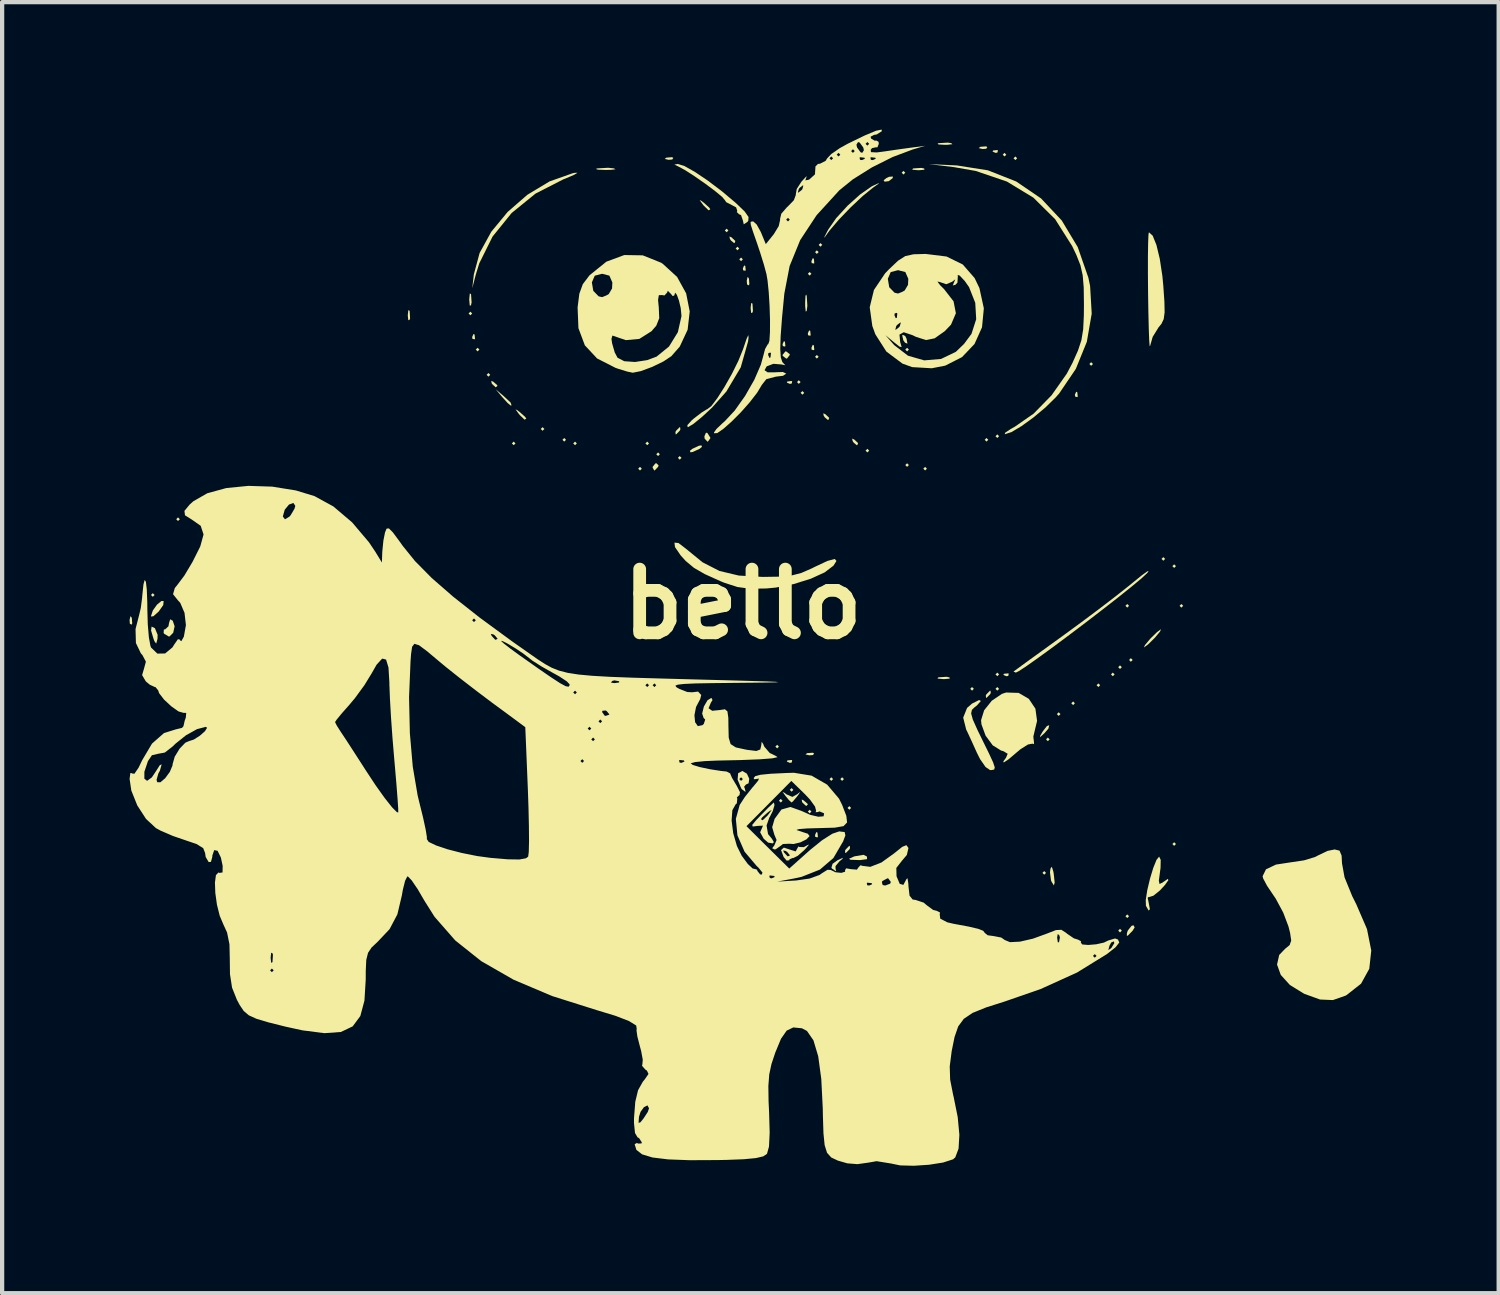
<source format=kicad_pcb>
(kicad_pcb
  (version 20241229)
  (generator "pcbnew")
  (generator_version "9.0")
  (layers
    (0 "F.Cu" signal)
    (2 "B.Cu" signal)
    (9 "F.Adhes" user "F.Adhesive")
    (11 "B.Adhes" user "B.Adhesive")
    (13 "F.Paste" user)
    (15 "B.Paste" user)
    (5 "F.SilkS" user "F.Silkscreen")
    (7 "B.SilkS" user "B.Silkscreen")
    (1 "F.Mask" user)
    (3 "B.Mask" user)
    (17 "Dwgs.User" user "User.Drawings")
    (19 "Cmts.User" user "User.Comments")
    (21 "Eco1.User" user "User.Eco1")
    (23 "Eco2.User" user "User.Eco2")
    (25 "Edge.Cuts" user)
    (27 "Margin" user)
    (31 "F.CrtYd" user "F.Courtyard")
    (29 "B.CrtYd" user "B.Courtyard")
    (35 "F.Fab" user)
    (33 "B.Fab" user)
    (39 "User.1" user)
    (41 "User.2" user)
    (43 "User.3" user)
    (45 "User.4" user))
  (footprint "bello"
    (layer "F.Cu")
    (at 14.435 11.167)
    (property "Reference" "bello" (at 0 0 0) (layer "F.SilkS") (effects (font (size 1.5 1.5) (thickness 0.3))))
    (attr board_only exclude_from_pos_files exclude_from_bom)
    (fp_poly (pts (xy -13.847 -0.212) (xy -13.889 -0.17) (xy -13.932 -0.212) (xy -13.889 -0.255)) (stroke (width 0) (type solid)) (fill yes) (layer "F.SilkS"))
    (fp_poly (pts (xy -13.252 -1.996) (xy -13.295 -1.954) (xy -13.337 -1.996) (xy -13.295 -2.039)) (stroke (width 0) (type solid)) (fill yes) (layer "F.SilkS"))
    (fp_poly (pts (xy -6.371 -6.838) (xy -6.414 -6.796) (xy -6.456 -6.838) (xy -6.414 -6.881)) (stroke (width 0) (type solid)) (fill yes) (layer "F.SilkS"))
    (fp_poly (pts (xy -6.201 -5.989) (xy -6.244 -5.946) (xy -6.286 -5.989) (xy -6.244 -6.031)) (stroke (width 0) (type solid)) (fill yes) (layer "F.SilkS"))
    (fp_poly (pts (xy -5.946 -5.394) (xy -5.989 -5.352) (xy -6.031 -5.394) (xy -5.989 -5.437)) (stroke (width 0) (type solid)) (fill yes) (layer "F.SilkS"))
    (fp_poly (pts (xy -5.352 -3.78) (xy -5.394 -3.738) (xy -5.437 -3.78) (xy -5.394 -3.823)) (stroke (width 0) (type solid)) (fill yes) (layer "F.SilkS"))
    (fp_poly (pts (xy -4.672 -4.12) (xy -4.715 -4.078) (xy -4.757 -4.12) (xy -4.715 -4.163)) (stroke (width 0) (type solid)) (fill yes) (layer "F.SilkS"))
    (fp_poly (pts (xy -4.163 -3.865) (xy -4.205 -3.823) (xy -4.247 -3.865) (xy -4.205 -3.908)) (stroke (width 0) (type solid)) (fill yes) (layer "F.SilkS"))
    (fp_poly (pts (xy -3.908 -3.78) (xy -3.95 -3.738) (xy -3.993 -3.78) (xy -3.95 -3.823)) (stroke (width 0) (type solid)) (fill yes) (layer "F.SilkS"))
    (fp_poly (pts (xy -2.379 -3.186) (xy -2.421 -3.143) (xy -2.464 -3.186) (xy -2.421 -3.228)) (stroke (width 0) (type solid)) (fill yes) (layer "F.SilkS"))
    (fp_poly (pts (xy -2.209 -3.78) (xy -2.251 -3.738) (xy -2.294 -3.78) (xy -2.251 -3.823)) (stroke (width 0) (type solid)) (fill yes) (layer "F.SilkS"))
    (fp_poly (pts (xy -1.954 -3.525) (xy -1.996 -3.483) (xy -2.039 -3.525) (xy -1.996 -3.568)) (stroke (width 0) (type solid)) (fill yes) (layer "F.SilkS"))
    (fp_poly (pts (xy -1.444 -3.44) (xy -1.487 -3.398) (xy -1.529 -3.44) (xy -1.487 -3.483)) (stroke (width 0) (type solid)) (fill yes) (layer "F.SilkS"))
    (fp_poly (pts (xy -0.34 -8.792) (xy -0.382 -8.75) (xy -0.425 -8.792) (xy -0.382 -8.835)) (stroke (width 0) (type solid)) (fill yes) (layer "F.SilkS"))
    (fp_poly (pts (xy -0.085 -8.368) (xy -0.127 -8.325) (xy -0.17 -8.368) (xy -0.127 -8.41)) (stroke (width 0) (type solid)) (fill yes) (layer "F.SilkS"))
    (fp_poly (pts (xy 0 -8.113) (xy -0.042 -8.07) (xy -0.085 -8.113) (xy -0.042 -8.155)) (stroke (width 0) (type solid)) (fill yes) (layer "F.SilkS"))
    (fp_poly (pts (xy 0.849 3.356) (xy 0.807 3.398) (xy 0.765 3.356) (xy 0.807 3.313)) (stroke (width 0) (type solid)) (fill yes) (layer "F.SilkS"))
    (fp_poly (pts (xy 0.934 4.63) (xy 0.892 4.672) (xy 0.849 4.63) (xy 0.892 4.587)) (stroke (width 0) (type solid)) (fill yes) (layer "F.SilkS"))
    (fp_poly (pts (xy 1.189 4.375) (xy 1.147 4.417) (xy 1.104 4.375) (xy 1.147 4.332)) (stroke (width 0) (type solid)) (fill yes) (layer "F.SilkS"))
    (fp_poly (pts (xy 1.359 -5.224) (xy 1.317 -5.182) (xy 1.274 -5.224) (xy 1.317 -5.267)) (stroke (width 0) (type solid)) (fill yes) (layer "F.SilkS"))
    (fp_poly (pts (xy 1.444 -4.97) (xy 1.402 -4.927) (xy 1.359 -4.97) (xy 1.402 -5.012)) (stroke (width 0) (type solid)) (fill yes) (layer "F.SilkS"))
    (fp_poly (pts (xy 1.614 -7.773) (xy 1.572 -7.73) (xy 1.529 -7.773) (xy 1.572 -7.815)) (stroke (width 0) (type solid)) (fill yes) (layer "F.SilkS"))
    (fp_poly (pts (xy 1.614 4.885) (xy 1.572 4.927) (xy 1.529 4.885) (xy 1.572 4.842)) (stroke (width 0) (type solid)) (fill yes) (layer "F.SilkS"))
    (fp_poly (pts (xy 1.784 -8.283) (xy 1.741 -8.24) (xy 1.699 -8.283) (xy 1.741 -8.325)) (stroke (width 0) (type solid)) (fill yes) (layer "F.SilkS"))
    (fp_poly (pts (xy 1.784 -5.819) (xy 1.741 -5.777) (xy 1.699 -5.819) (xy 1.741 -5.862)) (stroke (width 0) (type solid)) (fill yes) (layer "F.SilkS"))
    (fp_poly (pts (xy 1.869 -8.453) (xy 1.826 -8.41) (xy 1.784 -8.453) (xy 1.826 -8.495)) (stroke (width 0) (type solid)) (fill yes) (layer "F.SilkS"))
    (fp_poly (pts (xy 2.124 4.12) (xy 2.081 4.163) (xy 2.039 4.12) (xy 2.081 4.078)) (stroke (width 0) (type solid)) (fill yes) (layer "F.SilkS"))
    (fp_poly (pts (xy 2.379 4.12) (xy 2.336 4.163) (xy 2.294 4.12) (xy 2.336 4.078)) (stroke (width 0) (type solid)) (fill yes) (layer "F.SilkS"))
    (fp_poly (pts (xy 2.548 4.8) (xy 2.506 4.842) (xy 2.464 4.8) (xy 2.506 4.757)) (stroke (width 0) (type solid)) (fill yes) (layer "F.SilkS"))
    (fp_poly (pts (xy 2.973 -3.61) (xy 2.931 -3.568) (xy 2.888 -3.61) (xy 2.931 -3.653)) (stroke (width 0) (type solid)) (fill yes) (layer "F.SilkS"))
    (fp_poly (pts (xy 3.823 -10.152) (xy 3.78 -10.109) (xy 3.738 -10.152) (xy 3.78 -10.194)) (stroke (width 0) (type solid)) (fill yes) (layer "F.SilkS"))
    (fp_poly (pts (xy 3.908 -5.989) (xy 3.865 -5.946) (xy 3.823 -5.989) (xy 3.865 -6.031)) (stroke (width 0) (type solid)) (fill yes) (layer "F.SilkS"))
    (fp_poly (pts (xy 3.908 -3.271) (xy 3.865 -3.228) (xy 3.823 -3.271) (xy 3.865 -3.313)) (stroke (width 0) (type solid)) (fill yes) (layer "F.SilkS"))
    (fp_poly (pts (xy 4.332 -3.186) (xy 4.29 -3.143) (xy 4.247 -3.186) (xy 4.29 -3.228)) (stroke (width 0) (type solid)) (fill yes) (layer "F.SilkS"))
    (fp_poly (pts (xy 5.437 1.996) (xy 5.394 2.039) (xy 5.352 1.996) (xy 5.394 1.954)) (stroke (width 0) (type solid)) (fill yes) (layer "F.SilkS"))
    (fp_poly (pts (xy 5.777 -3.865) (xy 5.734 -3.823) (xy 5.692 -3.865) (xy 5.734 -3.908)) (stroke (width 0) (type solid)) (fill yes) (layer "F.SilkS"))
    (fp_poly (pts (xy 6.031 -3.95) (xy 5.989 -3.908) (xy 5.946 -3.95) (xy 5.989 -3.993)) (stroke (width 0) (type solid)) (fill yes) (layer "F.SilkS"))
    (fp_poly (pts (xy 6.031 1.657) (xy 5.989 1.699) (xy 5.946 1.657) (xy 5.989 1.614)) (stroke (width 0) (type solid)) (fill yes) (layer "F.SilkS"))
    (fp_poly (pts (xy 6.031 1.996) (xy 5.989 2.039) (xy 5.946 1.996) (xy 5.989 1.954)) (stroke (width 0) (type solid)) (fill yes) (layer "F.SilkS"))
    (fp_poly (pts (xy 6.201 -10.576) (xy 6.159 -10.534) (xy 6.116 -10.576) (xy 6.159 -10.619)) (stroke (width 0) (type solid)) (fill yes) (layer "F.SilkS"))
    (fp_poly (pts (xy 6.456 -10.491) (xy 6.414 -10.449) (xy 6.371 -10.491) (xy 6.414 -10.534)) (stroke (width 0) (type solid)) (fill yes) (layer "F.SilkS"))
    (fp_poly (pts (xy 7.136 6.329) (xy 7.093 6.371) (xy 7.051 6.329) (xy 7.093 6.286)) (stroke (width 0) (type solid)) (fill yes) (layer "F.SilkS"))
    (fp_poly (pts (xy 7.221 3.186) (xy 7.178 3.228) (xy 7.136 3.186) (xy 7.178 3.143)) (stroke (width 0) (type solid)) (fill yes) (layer "F.SilkS"))
    (fp_poly (pts (xy 7.476 2.591) (xy 7.433 2.633) (xy 7.391 2.591) (xy 7.433 2.548)) (stroke (width 0) (type solid)) (fill yes) (layer "F.SilkS"))
    (fp_poly (pts (xy 7.815 2.336) (xy 7.773 2.379) (xy 7.73 2.336) (xy 7.773 2.294)) (stroke (width 0) (type solid)) (fill yes) (layer "F.SilkS"))
    (fp_poly (pts (xy 8.24 -5.649) (xy 8.198 -5.607) (xy 8.155 -5.649) (xy 8.198 -5.692)) (stroke (width 0) (type solid)) (fill yes) (layer "F.SilkS"))
    (fp_poly (pts (xy 8.41 1.911) (xy 8.368 1.954) (xy 8.325 1.911) (xy 8.368 1.869)) (stroke (width 0) (type solid)) (fill yes) (layer "F.SilkS"))
    (fp_poly (pts (xy 8.75 1.657) (xy 8.707 1.699) (xy 8.665 1.657) (xy 8.707 1.614)) (stroke (width 0) (type solid)) (fill yes) (layer "F.SilkS"))
    (fp_poly (pts (xy 8.92 1.487) (xy 8.877 1.529) (xy 8.835 1.487) (xy 8.877 1.444)) (stroke (width 0) (type solid)) (fill yes) (layer "F.SilkS"))
    (fp_poly (pts (xy 8.92 7.688) (xy 8.877 7.73) (xy 8.835 7.688) (xy 8.877 7.645)) (stroke (width 0) (type solid)) (fill yes) (layer "F.SilkS"))
    (fp_poly (pts (xy 9.09 0.042) (xy 9.047 0.085) (xy 9.005 0.042) (xy 9.047 0)) (stroke (width 0) (type solid)) (fill yes) (layer "F.SilkS"))
    (fp_poly (pts (xy 9.09 7.348) (xy 9.047 7.391) (xy 9.005 7.348) (xy 9.047 7.306)) (stroke (width 0) (type solid)) (fill yes) (layer "F.SilkS"))
    (fp_poly (pts (xy 9.175 1.317) (xy 9.132 1.359) (xy 9.09 1.317) (xy 9.132 1.274)) (stroke (width 0) (type solid)) (fill yes) (layer "F.SilkS"))
    (fp_poly (pts (xy 9.939 -1.062) (xy 9.897 -1.019) (xy 9.854 -1.062) (xy 9.897 -1.104)) (stroke (width 0) (type solid)) (fill yes) (layer "F.SilkS"))
    (fp_poly (pts (xy 10.194 -0.892) (xy 10.152 -0.849) (xy 10.109 -0.892) (xy 10.152 -0.934)) (stroke (width 0) (type solid)) (fill yes) (layer "F.SilkS"))
    (fp_poly (pts (xy 10.194 5.649) (xy 10.152 5.692) (xy 10.109 5.649) (xy 10.152 5.607)) (stroke (width 0) (type solid)) (fill yes) (layer "F.SilkS"))
    (fp_poly (pts (xy 10.364 0.042) (xy 10.321 0.085) (xy 10.279 0.042) (xy 10.321 0)) (stroke (width 0) (type solid)) (fill yes) (layer "F.SilkS"))
    (fp_poly (pts (xy -14.383 0.324) (xy -14.373 0.457) (xy -14.39 0.487) (xy -14.429 0.461) (xy -14.435 0.375) (xy -14.414 0.285)) (stroke (width 0) (type solid)) (fill yes) (layer "F.SilkS"))
    (fp_poly (pts (xy -7.844 -6.902) (xy -7.833 -6.728) (xy -7.844 -6.69) (xy -7.875 -6.679) (xy -7.887 -6.796) (xy -7.874 -6.917)) (stroke (width 0) (type solid)) (fill yes) (layer "F.SilkS"))
    (fp_poly (pts (xy -6.315 -6.343) (xy -6.304 -6.242) (xy -6.315 -6.23) (xy -6.365 -6.241) (xy -6.371 -6.286) (xy -6.34 -6.356)) (stroke (width 0) (type solid)) (fill yes) (layer "F.SilkS"))
    (fp_poly (pts (xy -1.637 -10.5) (xy -1.662 -10.462) (xy -1.749 -10.456) (xy -1.839 -10.476) (xy -1.8 -10.507) (xy -1.667 -10.517)) (stroke (width 0) (type solid)) (fill yes) (layer "F.SilkS"))
    (fp_poly (pts (xy 0.057 -7.957) (xy 0.067 -7.856) (xy 0.057 -7.844) (xy 0.006 -7.855) (xy 0 -7.9) (xy 0.031 -7.97)) (stroke (width 0) (type solid)) (fill yes) (layer "F.SilkS"))
    (fp_poly (pts (xy 0.143 -7.661) (xy 0.153 -7.529) (xy 0.136 -7.499) (xy 0.098 -7.524) (xy 0.092 -7.61) (xy 0.112 -7.701)) (stroke (width 0) (type solid)) (fill yes) (layer "F.SilkS"))
    (fp_poly (pts (xy 0.226 -7.072) (xy 0.237 -6.898) (xy 0.226 -6.86) (xy 0.195 -6.849) (xy 0.183 -6.966) (xy 0.197 -7.086)) (stroke (width 0) (type solid)) (fill yes) (layer "F.SilkS"))
    (fp_poly (pts (xy 0.991 -6.173) (xy 1.001 -6.072) (xy 0.991 -6.06) (xy 0.941 -6.071) (xy 0.934 -6.116) (xy 0.966 -6.186)) (stroke (width 0) (type solid)) (fill yes) (layer "F.SilkS"))
    (fp_poly (pts (xy 1.161 -5.239) (xy 1.149 -5.188) (xy 1.104 -5.182) (xy 1.034 -5.213) (xy 1.048 -5.239) (xy 1.149 -5.249)) (stroke (width 0) (type solid)) (fill yes) (layer "F.SilkS"))
    (fp_poly (pts (xy 1.161 3.681) (xy 1.149 3.732) (xy 1.104 3.738) (xy 1.034 3.707) (xy 1.048 3.681) (xy 1.149 3.671)) (stroke (width 0) (type solid)) (fill yes) (layer "F.SilkS"))
    (fp_poly (pts (xy 1.586 -6.428) (xy 1.596 -6.327) (xy 1.586 -6.315) (xy 1.535 -6.326) (xy 1.529 -6.371) (xy 1.56 -6.441)) (stroke (width 0) (type solid)) (fill yes) (layer "F.SilkS"))
    (fp_poly (pts (xy 1.671 -8.127) (xy 1.681 -8.026) (xy 1.671 -8.014) (xy 1.62 -8.025) (xy 1.614 -8.07) (xy 1.645 -8.14)) (stroke (width 0) (type solid)) (fill yes) (layer "F.SilkS"))
    (fp_poly (pts (xy 1.671 -6.088) (xy 1.681 -5.987) (xy 1.671 -5.975) (xy 1.62 -5.986) (xy 1.614 -6.031) (xy 1.645 -6.101)) (stroke (width 0) (type solid)) (fill yes) (layer "F.SilkS"))
    (fp_poly (pts (xy 1.676 3.517) (xy 1.651 3.555) (xy 1.564 3.561) (xy 1.474 3.54) (xy 1.513 3.51) (xy 1.646 3.5)) (stroke (width 0) (type solid)) (fill yes) (layer "F.SilkS"))
    (fp_poly (pts (xy 1.756 5.38) (xy 1.766 5.481) (xy 1.756 5.493) (xy 1.705 5.482) (xy 1.699 5.437) (xy 1.73 5.367)) (stroke (width 0) (type solid)) (fill yes) (layer "F.SilkS"))
    (fp_poly (pts (xy 5.754 -10.755) (xy 5.728 -10.716) (xy 5.642 -10.71) (xy 5.551 -10.731) (xy 5.591 -10.762) (xy 5.724 -10.772)) (stroke (width 0) (type solid)) (fill yes) (layer "F.SilkS"))
    (fp_poly (pts (xy 6.003 -10.675) (xy 5.991 -10.625) (xy 5.946 -10.619) (xy 5.877 -10.65) (xy 5.89 -10.675) (xy 5.991 -10.686)) (stroke (width 0) (type solid)) (fill yes) (layer "F.SilkS"))
    (fp_poly (pts (xy 6.258 1.642) (xy 6.246 1.693) (xy 6.201 1.699) (xy 6.131 1.668) (xy 6.145 1.642) (xy 6.246 1.632)) (stroke (width 0) (type solid)) (fill yes) (layer "F.SilkS"))
    (fp_poly (pts (xy 7.872 -4.984) (xy 7.882 -4.883) (xy 7.872 -4.87) (xy 7.822 -4.882) (xy 7.815 -4.927) (xy 7.846 -4.997)) (stroke (width 0) (type solid)) (fill yes) (layer "F.SilkS"))
    (fp_poly (pts (xy -5.875 -5.233) (xy -5.784 -5.154) (xy -5.777 -5.134) (xy -5.817 -5.1) (xy -5.901 -5.178) (xy -5.912 -5.195) (xy -5.922 -5.253)) (stroke (width 0) (type solid)) (fill yes) (layer "F.SilkS"))
    (fp_poly (pts (xy -5.628 -4.893) (xy -5.467 -4.742) (xy -5.444 -4.676) (xy -5.466 -4.672) (xy -5.535 -4.73) (xy -5.657 -4.863) (xy -5.819 -5.055)) (stroke (width 0) (type solid)) (fill yes) (layer "F.SilkS"))
    (fp_poly (pts (xy -0.268 -8.631) (xy -0.177 -8.545) (xy -0.195 -8.496) (xy -0.207 -8.495) (xy -0.279 -8.555) (xy -0.305 -8.593) (xy -0.315 -8.651)) (stroke (width 0) (type solid)) (fill yes) (layer "F.SilkS"))
    (fp_poly (pts (xy 1.431 4.622) (xy 1.522 4.701) (xy 1.529 4.72) (xy 1.489 4.755) (xy 1.405 4.676) (xy 1.394 4.659) (xy 1.384 4.601)) (stroke (width 0) (type solid)) (fill yes) (layer "F.SilkS"))
    (fp_poly (pts (xy 1.941 -4.468) (xy 2.032 -4.382) (xy 2.013 -4.333) (xy 2.001 -4.332) (xy 1.929 -4.393) (xy 1.903 -4.431) (xy 1.893 -4.489)) (stroke (width 0) (type solid)) (fill yes) (layer "F.SilkS"))
    (fp_poly (pts (xy 2.62 -3.873) (xy 2.712 -3.788) (xy 2.693 -3.739) (xy 2.681 -3.738) (xy 2.609 -3.798) (xy 2.583 -3.836) (xy 2.573 -3.894)) (stroke (width 0) (type solid)) (fill yes) (layer "F.SilkS"))
    (fp_poly (pts (xy 3.525 -10.023) (xy 3.434 -9.953) (xy 3.337 -9.941) (xy 3.313 -9.973) (xy 3.38 -10.027) (xy 3.445 -10.056) (xy 3.533 -10.062)) (stroke (width 0) (type solid)) (fill yes) (layer "F.SilkS"))
    (fp_poly (pts (xy 3.82 -6.309) (xy 3.852 -6.247) (xy 3.874 -6.128) (xy 3.817 -6.151) (xy 3.777 -6.207) (xy 3.751 -6.318) (xy 3.761 -6.338)) (stroke (width 0) (type solid)) (fill yes) (layer "F.SilkS"))
    (fp_poly (pts (xy 7.191 2.933) (xy 7.1 3.039) (xy 6.995 3.134) (xy 6.998 3.103) (xy 7.059 2.998) (xy 7.156 2.873) (xy 7.212 2.852)) (stroke (width 0) (type solid)) (fill yes) (layer "F.SilkS"))
    (fp_poly (pts (xy -13.839 0.569) (xy -13.775 0.724) (xy -13.778 0.819) (xy -13.808 0.931) (xy -13.846 0.882) (xy -13.871 0.821) (xy -13.929 0.624) (xy -13.917 0.531)) (stroke (width 0) (type solid)) (fill yes) (layer "F.SilkS"))
    (fp_poly (pts (xy -6.402 -7.297) (xy -6.397 -7.283) (xy -6.385 -7.098) (xy -6.4 -7.028) (xy -6.428 -7.025) (xy -6.44 -7.158) (xy -6.44 -7.178) (xy -6.427 -7.31)) (stroke (width 0) (type solid)) (fill yes) (layer "F.SilkS"))
    (fp_poly (pts (xy -5.307 -4.561) (xy -5.246 -4.513) (xy -5.128 -4.408) (xy -5.097 -4.365) (xy -5.138 -4.339) (xy -5.251 -4.448) (xy -5.278 -4.481) (xy -5.351 -4.582)) (stroke (width 0) (type solid)) (fill yes) (layer "F.SilkS"))
    (fp_poly (pts (xy -3.037 -10.254) (xy -2.997 -10.233) (xy -3.103 -10.22) (xy -3.228 -10.217) (xy -3.412 -10.224) (xy -3.462 -10.241) (xy -3.419 -10.254) (xy -3.172 -10.268)) (stroke (width 0) (type solid)) (fill yes) (layer "F.SilkS"))
    (fp_poly (pts (xy -1.983 -3.261) (xy -1.996 -3.228) (xy -2.073 -3.147) (xy -2.086 -3.143) (xy -2.123 -3.209) (xy -2.124 -3.228) (xy -2.058 -3.31) (xy -2.034 -3.313)) (stroke (width 0) (type solid)) (fill yes) (layer "F.SilkS"))
    (fp_poly (pts (xy -1.471 -4.108) (xy -1.487 -4.078) (xy -1.567 -3.996) (xy -1.582 -3.993) (xy -1.587 -4.048) (xy -1.572 -4.078) (xy -1.492 -4.159) (xy -1.477 -4.163)) (stroke (width 0) (type solid)) (fill yes) (layer "F.SilkS"))
    (fp_poly (pts (xy -0.975 -9.488) (xy -0.913 -9.44) (xy -0.796 -9.335) (xy -0.765 -9.292) (xy -0.806 -9.266) (xy -0.919 -9.375) (xy -0.945 -9.408) (xy -1.019 -9.509)) (stroke (width 0) (type solid)) (fill yes) (layer "F.SilkS"))
    (fp_poly (pts (xy -0.962 -3.7) (xy -1.019 -3.653) (xy -1.174 -3.581) (xy -1.232 -3.57) (xy -1.247 -3.606) (xy -1.189 -3.653) (xy -1.034 -3.725) (xy -0.977 -3.735)) (stroke (width 0) (type solid)) (fill yes) (layer "F.SilkS"))
    (fp_poly (pts (xy -0.835 -4.026) (xy -0.765 -3.914) (xy -0.765 -3.903) (xy -0.822 -3.824) (xy -0.835 -3.823) (xy -0.899 -3.891) (xy -0.906 -3.946) (xy -0.869 -4.032)) (stroke (width 0) (type solid)) (fill yes) (layer "F.SilkS"))
    (fp_poly (pts (xy 1.102 -5.882) (xy 1.104 -5.862) (xy 1.04 -5.779) (xy 1.019 -5.777) (xy 0.937 -5.841) (xy 0.934 -5.862) (xy 0.999 -5.944) (xy 1.019 -5.946)) (stroke (width 0) (type solid)) (fill yes) (layer "F.SilkS"))
    (fp_poly (pts (xy 1.504 -7.241) (xy 1.518 -7.02) (xy 1.503 -6.901) (xy 1.48 -6.881) (xy 1.467 -7.003) (xy 1.466 -7.093) (xy 1.474 -7.258) (xy 1.493 -7.283)) (stroke (width 0) (type solid)) (fill yes) (layer "F.SilkS"))
    (fp_poly (pts (xy 2.522 5.747) (xy 2.506 5.777) (xy 2.426 5.858) (xy 2.411 5.862) (xy 2.405 5.807) (xy 2.421 5.777) (xy 2.501 5.695) (xy 2.516 5.692)) (stroke (width 0) (type solid)) (fill yes) (layer "F.SilkS"))
    (fp_poly (pts (xy 4.27 -10.25) (xy 4.273 -10.222) (xy 4.14 -10.21) (xy 4.12 -10.211) (xy 3.988 -10.223) (xy 4.001 -10.249) (xy 4.015 -10.253) (xy 4.201 -10.265)) (stroke (width 0) (type solid)) (fill yes) (layer "F.SilkS"))
    (fp_poly (pts (xy 4.865 1.728) (xy 4.868 1.756) (xy 4.735 1.768) (xy 4.715 1.767) (xy 4.583 1.755) (xy 4.596 1.729) (xy 4.61 1.725) (xy 4.795 1.713)) (stroke (width 0) (type solid)) (fill yes) (layer "F.SilkS"))
    (fp_poly (pts (xy 4.906 -10.847) (xy 4.932 -10.823) (xy 4.815 -10.809) (xy 4.757 -10.808) (xy 4.603 -10.817) (xy 4.584 -10.839) (xy 4.609 -10.847) (xy 4.824 -10.86)) (stroke (width 0) (type solid)) (fill yes) (layer "F.SilkS"))
    (fp_poly (pts (xy 5.835 2.094) (xy 5.819 2.124) (xy 5.739 2.205) (xy 5.724 2.209) (xy 5.718 2.154) (xy 5.734 2.124) (xy 5.814 2.043) (xy 5.829 2.039)) (stroke (width 0) (type solid)) (fill yes) (layer "F.SilkS"))
    (fp_poly (pts (xy 9.222 7.611) (xy 9.175 7.688) (xy 9.074 7.793) (xy 9.039 7.815) (xy 9.039 7.751) (xy 9.059 7.688) (xy 9.148 7.575) (xy 9.194 7.561)) (stroke (width 0) (type solid)) (fill yes) (layer "F.SilkS"))
    (fp_poly (pts (xy 2.92 5.944) (xy 2.924 6.005) (xy 2.77 6.026) (xy 2.714 6.026) (xy 2.529 6.019) (xy 2.499 5.996) (xy 2.611 5.945) (xy 2.627 5.939) (xy 2.841 5.903)) (stroke (width 0) (type solid)) (fill yes) (layer "F.SilkS"))
    (fp_poly (pts (xy 7.308 6.299) (xy 7.317 6.35) (xy 7.339 6.557) (xy 7.32 6.623) (xy 7.266 6.535) (xy 7.253 6.504) (xy 7.229 6.316) (xy 7.24 6.228) (xy 7.272 6.183)) (stroke (width 0) (type solid)) (fill yes) (layer "F.SilkS"))
    (fp_poly (pts (xy -13.633 -0.069) (xy -13.643 0.025) (xy -13.748 0.174) (xy -13.753 0.18) (xy -13.875 0.288) (xy -13.931 0.293) (xy -13.932 0.287) (xy -13.888 0.153) (xy -13.789 0.014) (xy -13.684 -0.072)) (stroke (width 0) (type solid)) (fill yes) (layer "F.SilkS"))
    (fp_poly (pts (xy 2.342 6) (xy 2.274 6.056) (xy 2.18 6.17) (xy 2.182 6.231) (xy 2.196 6.285) (xy 2.185 6.286) (xy 2.098 6.226) (xy 2.084 6.206) (xy 2.112 6.114) (xy 2.228 6.031) (xy 2.355 5.973)) (stroke (width 0) (type solid)) (fill yes) (layer "F.SilkS"))
    (fp_poly (pts (xy -13.419 0.394) (xy -13.375 0.524) (xy -13.408 0.676) (xy -13.495 0.763) (xy -13.511 0.765) (xy -13.617 0.703) (xy -13.634 0.68) (xy -13.628 0.601) (xy -13.597 0.595) (xy -13.52 0.525) (xy -13.507 0.45) (xy -13.479 0.359)) (stroke (width 0) (type solid)) (fill yes) (layer "F.SilkS"))
    (fp_poly (pts (xy 1.315 4.478) (xy 1.281 4.524) (xy 1.183 4.641) (xy 1.147 4.672) (xy 1.084 4.615) (xy 1.009 4.524) (xy 0.935 4.423) (xy 0.976 4.441) (xy 1.026 4.479) (xy 1.165 4.54) (xy 1.276 4.479) (xy 1.35 4.42)) (stroke (width 0) (type solid)) (fill yes) (layer "F.SilkS"))
    (fp_poly (pts (xy 9.819 0.648) (xy 9.71 0.779) (xy 9.684 0.807) (xy 9.539 0.95) (xy 9.447 1.018) (xy 9.442 1.019) (xy 9.464 0.966) (xy 9.574 0.835) (xy 9.599 0.807) (xy 9.745 0.664) (xy 9.836 0.596) (xy 9.841 0.595)) (stroke (width 0) (type solid)) (fill yes) (layer "F.SilkS"))
    (fp_poly (pts (xy 3.196 -9.894) (xy 3.058 -9.796) (xy 2.821 -9.603) (xy 2.535 -9.334) (xy 2.256 -9.044) (xy 2.041 -8.791) (xy 2.011 -8.75) (xy 1.923 -8.628) (xy 1.916 -8.633) (xy 1.989 -8.776) (xy 2.014 -8.821) (xy 2.198 -9.084) (xy 2.465 -9.375) (xy 2.76 -9.64) (xy 3.028 -9.827) (xy 3.067 -9.847) (xy 3.2 -9.908)) (stroke (width 0) (type solid)) (fill yes) (layer "F.SilkS"))
    (fp_poly (pts (xy -3.893 -10.149) (xy -3.978 -10.099) (xy -4.185 -10.011) (xy -4.225 -9.996) (xy -4.881 -9.66) (xy -5.443 -9.203) (xy -5.891 -8.649) (xy -6.204 -8.019) (xy -6.286 -7.754) (xy -6.369 -7.433) (xy -6.332 -7.759) (xy -6.196 -8.263) (xy -5.921 -8.763) (xy -5.536 -9.229) (xy -5.07 -9.634) (xy -4.552 -9.946) (xy -4.01 -10.138) (xy -3.95 -10.15)) (stroke (width 0) (type solid)) (fill yes) (layer "F.SilkS"))
    (fp_poly (pts (xy 0.095 3.993) (xy 0.15 4.113) (xy 0.135 4.22) (xy 0.075 4.247) (xy 0.029 4.3) (xy 0.042 4.332) (xy 0.064 4.412) (xy 0.053 4.417) (xy -0.025 4.358) (xy -0.042 4.333) (xy -0.124 4.132) (xy -0.123 4.12) (xy -0.085 4.12) (xy -0.042 4.163) (xy 0 4.12) (xy -0.042 4.078) (xy -0.085 4.12) (xy -0.123 4.12) (xy -0.111 3.982) (xy -0.011 3.93)) (stroke (width 0) (type solid)) (fill yes) (layer "F.SilkS"))
    (fp_poly (pts (xy 9.646 -8.67) (xy 9.734 -8.452) (xy 9.813 -8.125) (xy 9.874 -7.722) (xy 9.896 -7.491) (xy 9.922 -7.114) (xy 9.927 -6.865) (xy 9.905 -6.705) (xy 9.852 -6.594) (xy 9.786 -6.514) (xy 9.646 -6.288) (xy 9.585 -6.074) (xy 9.575 -6.07) (xy 9.564 -6.214) (xy 9.554 -6.486) (xy 9.545 -6.863) (xy 9.538 -7.284) (xy 9.534 -7.762) (xy 9.534 -8.174) (xy 9.539 -8.494) (xy 9.547 -8.694) (xy 9.557 -8.75)) (stroke (width 0) (type solid)) (fill yes) (layer "F.SilkS"))
    (fp_poly (pts (xy 0.134 -6.27) (xy 0.122 -6.177) (xy -0.05 -5.571) (xy -0.388 -5.002) (xy -0.726 -4.622) (xy -0.963 -4.403) (xy -1.162 -4.241) (xy -1.287 -4.165) (xy -1.299 -4.163) (xy -1.307 -4.209) (xy -1.204 -4.323) (xy -1.147 -4.372) (xy -0.971 -4.507) (xy -0.853 -4.58) (xy -0.839 -4.584) (xy -0.743 -4.658) (xy -0.599 -4.848) (xy -0.43 -5.114) (xy -0.258 -5.418) (xy -0.107 -5.722) (xy 0.000035 -5.986) (xy 0.004 -5.996) (xy 0.087 -6.241) (xy 0.129 -6.33)) (stroke (width 0) (type solid)) (fill yes) (layer "F.SilkS"))
    (fp_poly (pts (xy 5.603 2.282) (xy 5.508 2.388) (xy 5.458 2.426) (xy 5.391 2.491) (xy 5.373 2.576) (xy 5.412 2.718) (xy 5.516 2.951) (xy 5.628 3.181) (xy 5.793 3.517) (xy 5.891 3.729) (xy 5.929 3.846) (xy 5.915 3.896) (xy 5.855 3.908) (xy 5.818 3.908) (xy 5.712 3.836) (xy 5.583 3.65) (xy 5.51 3.504) (xy 5.391 3.241) (xy 5.291 3.025) (xy 5.256 2.953) (xy 5.186 2.674) (xy 5.277 2.446) (xy 5.394 2.344) (xy 5.559 2.26)) (stroke (width 0) (type solid)) (fill yes) (layer "F.SilkS"))
    (fp_poly (pts (xy 9.835 6.021) (xy 9.831 6.211) (xy 9.819 6.299) (xy 9.791 6.513) (xy 9.807 6.59) (xy 9.874 6.559) (xy 9.894 6.544) (xy 10.004 6.469) (xy 10.015 6.5) (xy 9.936 6.612) (xy 9.817 6.741) (xy 9.664 6.865) (xy 9.56 6.898) (xy 9.551 6.893) (xy 9.528 6.917) (xy 9.552 7.03) (xy 9.58 7.183) (xy 9.551 7.216) (xy 9.488 7.104) (xy 9.487 7.103) (xy 9.483 6.963) (xy 9.519 6.734) (xy 9.583 6.465) (xy 9.66 6.21) (xy 9.737 6.02) (xy 9.798 5.946)) (stroke (width 0) (type solid)) (fill yes) (layer "F.SilkS"))
    (fp_poly (pts (xy 6.491 2.092) (xy 6.731 2.232) (xy 6.886 2.464) (xy 6.925 2.752) (xy 6.884 2.922) (xy 6.837 3.12) (xy 6.851 3.248) (xy 6.854 3.3) (xy 6.821 3.286) (xy 6.712 3.306) (xy 6.537 3.416) (xy 6.453 3.486) (xy 6.252 3.656) (xy 6.14 3.731) (xy 6.131 3.704) (xy 6.193 3.62) (xy 6.233 3.525) (xy 6.133 3.464) (xy 6.078 3.449) (xy 5.881 3.326) (xy 5.713 3.098) (xy 5.616 2.832) (xy 5.607 2.734) (xy 5.679 2.501) (xy 5.86 2.275) (xy 6.098 2.115) (xy 6.195 2.083)) (stroke (width 0) (type solid)) (fill yes) (layer "F.SilkS"))
    (fp_poly (pts (xy 9.55 -0.77) (xy 9.514 -0.726) (xy 9.386 -0.606) (xy 9.154 -0.413) (xy 8.845 -0.165) (xy 8.48 0.12) (xy 8.086 0.423) (xy 7.685 0.726) (xy 7.301 1.012) (xy 6.959 1.261) (xy 6.682 1.457) (xy 6.495 1.58) (xy 6.425 1.614) (xy 6.372 1.592) (xy 6.378 1.584) (xy 6.456 1.527) (xy 6.647 1.387) (xy 6.928 1.184) (xy 7.275 0.933) (xy 7.518 0.758) (xy 7.95 0.442) (xy 8.383 0.118) (xy 8.776 -0.183) (xy 9.088 -0.43) (xy 9.175 -0.501) (xy 9.393 -0.678) (xy 9.523 -0.771)) (stroke (width 0) (type solid)) (fill yes) (layer "F.SilkS"))
    (fp_poly (pts (xy 1.488 5.746) (xy 1.444 5.793) (xy 1.29 5.928) (xy 1.185 5.98) (xy 1.175 5.977) (xy 1.101 6.008) (xy 1.09 6.032) (xy 1.032 6.04) (xy 0.96 5.956) (xy 0.902 5.801) (xy 0.948 5.801) (xy 0.969 5.848) (xy 1.054 5.94) (xy 1.104 5.921) (xy 1.104 5.909) (xy 1.044 5.837) (xy 1.006 5.811) (xy 0.948 5.801) (xy 0.902 5.801) (xy 0.898 5.792) (xy 0.964 5.733) (xy 1.116 5.783) (xy 1.244 5.823) (xy 1.274 5.765) (xy 1.308 5.705) (xy 1.33 5.719) (xy 1.434 5.722) (xy 1.521 5.675) (xy 1.559 5.661)) (stroke (width 0) (type solid)) (fill yes) (layer "F.SilkS"))
    (fp_poly (pts (xy -1.516 -1.436) (xy -1.338 -1.3) (xy -0.95 -0.983) (xy -0.553 -0.779) (xy -0.097 -0.67) (xy 0.467 -0.638) (xy 0.861 -0.644) (xy 1.144 -0.671) (xy 1.375 -0.731) (xy 1.612 -0.834) (xy 1.69 -0.873) (xy 1.99 -1.014) (xy 2.163 -1.06) (xy 2.203 -1.014) (xy 2.133 -0.903) (xy 1.926 -0.745) (xy 1.598 -0.595) (xy 1.197 -0.47) (xy 0.774 -0.387) (xy 0.552 -0.366) (xy 0.171 -0.36) (xy -0.132 -0.401) (xy -0.443 -0.503) (xy -0.533 -0.54) (xy -0.898 -0.705) (xy -1.152 -0.852) (xy -1.346 -1.014) (xy -1.463 -1.143) (xy -1.598 -1.341) (xy -1.61 -1.445)) (stroke (width 0) (type solid)) (fill yes) (layer "F.SilkS"))
    (fp_poly (pts (xy -1.375 -10.309) (xy -1.13 -10.171) (xy -0.824 -9.965) (xy -0.492 -9.714) (xy -0.17 -9.443) (xy 0.041 -9.241) (xy 0.134 -9.109) (xy 0.127 -9.019) (xy 0.106 -8.993) (xy 0.021 -8.936) (xy 0 -9.029) (xy 0 -9.03) (xy -0.043 -9.154) (xy -0.09 -9.175) (xy -0.143 -9.226) (xy -0.131 -9.253) (xy -0.159 -9.337) (xy -0.254 -9.387) (xy -0.391 -9.458) (xy -0.425 -9.508) (xy -0.489 -9.584) (xy -0.656 -9.722) (xy -0.883 -9.892) (xy -1.13 -10.064) (xy -1.354 -10.209) (xy -1.516 -10.297) (xy -1.529 -10.303) (xy -1.613 -10.343) (xy -1.535 -10.357) (xy -1.528 -10.357)) (stroke (width 0) (type solid)) (fill yes) (layer "F.SilkS"))
    (fp_poly (pts (xy 0.744 4.735) (xy 0.704 4.873) (xy 0.635 5.009) (xy 0.623 5.025) (xy 0.558 5.213) (xy 0.593 5.416) (xy 0.683 5.524) (xy 0.73 5.605) (xy 0.704 5.634) (xy 0.596 5.616) (xy 0.491 5.526) (xy 0.407 5.373) (xy 0.448 5.278) (xy 0.474 5.217) (xy 0.352 5.222) (xy 0.34 5.224) (xy 0.231 5.237) (xy 0.221 5.198) (xy 0.317 5.082) (xy 0.334 5.065) (xy 0.425 5.065) (xy 0.466 5.09) (xy 0.579 4.981) (xy 0.605 4.948) (xy 0.679 4.848) (xy 0.635 4.869) (xy 0.573 4.916) (xy 0.456 5.021) (xy 0.425 5.065) (xy 0.334 5.065) (xy 0.427 4.968) (xy 0.596 4.796) (xy 0.708 4.69) (xy 0.731 4.672)) (stroke (width 0) (type solid)) (fill yes) (layer "F.SilkS"))
    (fp_poly (pts (xy 14.044 5.805) (xy 14.093 5.922) (xy 14.102 6.102) (xy 14.162 6.433) (xy 14.343 6.877) (xy 14.441 7.073) (xy 14.69 7.65) (xy 14.791 8.156) (xy 14.744 8.586) (xy 14.551 8.936) (xy 14.212 9.203) (xy 14.183 9.219) (xy 13.888 9.322) (xy 13.585 9.309) (xy 13.22 9.177) (xy 13.21 9.173) (xy 12.877 8.968) (xy 12.661 8.73) (xy 12.573 8.486) (xy 12.624 8.26) (xy 12.76 8.118) (xy 12.87 8.027) (xy 12.907 7.921) (xy 12.881 7.744) (xy 12.842 7.589) (xy 12.719 7.264) (xy 12.543 6.936) (xy 12.484 6.849) (xy 12.338 6.632) (xy 12.247 6.461) (xy 12.233 6.407) (xy 12.313 6.244) (xy 12.548 6.133) (xy 12.907 6.078) (xy 13.205 6.034) (xy 13.464 5.956) (xy 13.548 5.913) (xy 13.761 5.811) (xy 13.929 5.777)) (stroke (width 0) (type solid)) (fill yes) (layer "F.SilkS"))
    (fp_poly (pts (xy 5.037 -10.323) (xy 5.768 -10.208) (xy 6.434 -9.945) (xy 7.018 -9.547) (xy 7.506 -9.027) (xy 7.882 -8.401) (xy 8.132 -7.682) (xy 8.173 -7.488) (xy 8.211 -6.834) (xy 8.096 -6.172) (xy 7.837 -5.534) (xy 7.446 -4.957) (xy 7.363 -4.863) (xy 7.119 -4.624) (xy 6.837 -4.389) (xy 6.558 -4.187) (xy 6.32 -4.046) (xy 6.163 -3.996) (xy 6.175 -4.033) (xy 6.305 -4.12) (xy 6.401 -4.173) (xy 6.845 -4.482) (xy 7.267 -4.914) (xy 7.623 -5.42) (xy 7.758 -5.675) (xy 7.888 -5.966) (xy 7.968 -6.208) (xy 8.01 -6.463) (xy 8.026 -6.791) (xy 8.028 -7.052) (xy 8.023 -7.449) (xy 7.999 -7.736) (xy 7.946 -7.972) (xy 7.85 -8.216) (xy 7.75 -8.426) (xy 7.35 -9.058) (xy 6.838 -9.565) (xy 6.214 -9.944) (xy 5.482 -10.193) (xy 4.97 -10.283) (xy 4.375 -10.355)) (stroke (width 0) (type solid)) (fill yes) (layer "F.SilkS"))
    (fp_poly (pts (xy -2.357 -8.207) (xy -1.928 -8.035) (xy -1.887 -8.009) (xy -1.548 -7.699) (xy -1.335 -7.312) (xy -1.251 -6.886) (xy -1.3 -6.456) (xy -1.486 -6.058) (xy -1.685 -5.832) (xy -1.872 -5.708) (xy -2.135 -5.581) (xy -2.401 -5.482) (xy -2.591 -5.444) (xy -2.72 -5.471) (xy -2.935 -5.537) (xy -3 -5.56) (xy -3.431 -5.78) (xy -3.719 -6.088) (xy -3.776 -6.241) (xy -3.093 -6.241) (xy -3.077 -6.134) (xy -3.016 -5.922) (xy -2.951 -5.798) (xy -2.792 -5.715) (xy -2.538 -5.697) (xy -2.25 -5.741) (xy -2.031 -5.823) (xy -1.738 -6.061) (xy -1.53 -6.398) (xy -1.446 -6.771) (xy -1.446 -6.796) (xy -1.463 -6.967) (xy -1.504 -7.141) (xy -1.553 -7.276) (xy -1.595 -7.329) (xy -1.614 -7.263) (xy -1.651 -7.248) (xy -1.699 -7.306) (xy -1.767 -7.373) (xy -1.783 -7.33) (xy -1.845 -7.263) (xy -1.904 -7.272) (xy -1.978 -7.269) (xy -1.996 -7.157) (xy -1.979 -6.979) (xy -1.968 -6.728) (xy -2.038 -6.551) (xy -2.152 -6.42) (xy -2.437 -6.24) (xy -2.754 -6.211) (xy -2.966 -6.283) (xy -3.071 -6.319) (xy -3.093 -6.241) (xy -3.776 -6.241) (xy -3.87 -6.492) (xy -3.89 -6.98) (xy -3.849 -7.304) (xy -3.767 -7.53) (xy -3.736 -7.57) (xy -3.554 -7.57) (xy -3.521 -7.372) (xy -3.395 -7.242) (xy -3.313 -7.223) (xy -3.213 -7.263) (xy -3.157 -7.295) (xy -3.079 -7.427) (xy -3.072 -7.57) (xy -3.142 -7.729) (xy -3.313 -7.773) (xy -3.486 -7.728) (xy -3.554 -7.57) (xy -3.736 -7.57) (xy -3.615 -7.73) (xy -3.605 -7.741) (xy -3.212 -8.058) (xy -2.791 -8.214)) (stroke (width 0) (type solid)) (fill yes) (layer "F.SilkS"))
    (fp_poly (pts (xy 4.795 -8.179) (xy 5.177 -7.991) (xy 5.455 -7.672) (xy 5.568 -7.436) (xy 5.672 -6.96) (xy 5.629 -6.513) (xy 5.453 -6.121) (xy 5.159 -5.812) (xy 4.764 -5.611) (xy 4.445 -5.549) (xy 3.985 -5.576) (xy 3.756 -5.659) (xy 3.378 -5.942) (xy 3.131 -6.328) (xy 3.356 -6.328) (xy 3.563 -6.093) (xy 3.886 -5.845) (xy 4.268 -5.735) (xy 4.664 -5.768) (xy 5.012 -5.935) (xy 5.205 -6.121) (xy 5.378 -6.354) (xy 5.382 -6.361) (xy 5.492 -6.704) (xy 5.47 -7.089) (xy 5.324 -7.459) (xy 5.222 -7.604) (xy 5.104 -7.73) (xy 5.055 -7.746) (xy 5.06 -7.718) (xy 5.051 -7.566) (xy 5.005 -7.514) (xy 4.941 -7.498) (xy 4.969 -7.569) (xy 5.001 -7.643) (xy 4.929 -7.588) (xy 4.927 -7.586) (xy 4.787 -7.527) (xy 4.638 -7.578) (xy 4.579 -7.59) (xy 4.643 -7.504) (xy 4.736 -7.412) (xy 4.959 -7.125) (xy 5.014 -6.844) (xy 4.899 -6.575) (xy 4.751 -6.421) (xy 4.514 -6.254) (xy 4.311 -6.213) (xy 4.073 -6.289) (xy 3.993 -6.328) (xy 3.786 -6.397) (xy 3.686 -6.341) (xy 3.703 -6.165) (xy 3.709 -6.145) (xy 3.737 -6.048) (xy 3.69 -6.057) (xy 3.561 -6.158) (xy 3.356 -6.328) (xy 3.131 -6.328) (xy 3.119 -6.347) (xy 3.077 -6.462) (xy 3.589 -6.462) (xy 3.6 -6.456) (xy 3.678 -6.516) (xy 3.695 -6.541) (xy 3.717 -6.621) (xy 3.705 -6.626) (xy 3.628 -6.566) (xy 3.61 -6.541) (xy 3.589 -6.462) (xy 3.077 -6.462) (xy 3.047 -6.544) (xy 3.012 -6.796) (xy 3.568 -6.796) (xy 3.599 -6.726) (xy 3.625 -6.739) (xy 3.635 -6.84) (xy 3.625 -6.853) (xy 3.574 -6.841) (xy 3.568 -6.796) (xy 3.012 -6.796) (xy 2.986 -6.985) (xy 3.085 -7.392) (xy 3.262 -7.655) (xy 3.412 -7.655) (xy 3.445 -7.457) (xy 3.571 -7.327) (xy 3.653 -7.308) (xy 3.753 -7.348) (xy 3.809 -7.38) (xy 3.887 -7.512) (xy 3.894 -7.655) (xy 3.824 -7.814) (xy 3.653 -7.858) (xy 3.48 -7.813) (xy 3.412 -7.655) (xy 3.262 -7.655) (xy 3.347 -7.782) (xy 3.437 -7.876) (xy 3.652 -8.08) (xy 3.822 -8.189) (xy 4.018 -8.232) (xy 4.302 -8.24)) (stroke (width 0) (type solid)) (fill yes) (layer "F.SilkS"))
    (fp_poly (pts (xy 3.27 -11.128) (xy 3.148 -11.051) (xy 3.091 -11.043) (xy 3.007 -11) (xy 3.017 -10.957) (xy 3.109 -10.902) (xy 3.135 -10.911) (xy 3.192 -10.882) (xy 3.2 -10.831) (xy 3.165 -10.746) (xy 3.135 -10.751) (xy 3.04 -10.73) (xy 3.009 -10.692) (xy 3.015 -10.636) (xy 3.151 -10.629) (xy 3.321 -10.651) (xy 3.636 -10.697) (xy 3.939 -10.739) (xy 3.993 -10.746) (xy 4.29 -10.785) (xy 3.993 -10.697) (xy 3.525 -10.521) (xy 3.036 -10.276) (xy 2.59 -9.996) (xy 2.273 -9.74) (xy 1.735 -9.151) (xy 1.349 -8.565) (xy 1.101 -7.956) (xy 0.976 -7.306) (xy 0.921 -6.729) (xy 0.889 -6.3) (xy 0.88 -5.999) (xy 0.893 -5.804) (xy 0.929 -5.696) (xy 0.954 -5.668) (xy 1 -5.619) (xy 0.913 -5.638) (xy 0.719 -5.654) (xy 0.561 -5.594) (xy 0.51 -5.503) (xy 0.582 -5.454) (xy 0.757 -5.454) (xy 0.765 -5.455) (xy 0.942 -5.461) (xy 1.019 -5.424) (xy 1.019 -5.422) (xy 0.946 -5.372) (xy 0.778 -5.352) (xy 0.553 -5.293) (xy 0.449 -5.161) (xy 0.335 -4.972) (xy 0.16 -4.747) (xy -0.047 -4.513) (xy -0.262 -4.297) (xy -0.456 -4.125) (xy -0.603 -4.023) (xy -0.676 -4.019) (xy -0.68 -4.038) (xy -0.621 -4.12) (xy -0.475 -4.26) (xy -0.428 -4.3) (xy -0.193 -4.552) (xy 0.052 -4.897) (xy 0.269 -5.277) (xy 0.423 -5.632) (xy 0.469 -5.798) (xy 0.486 -5.862) (xy 0.595 -5.862) (xy 0.626 -5.792) (xy 0.651 -5.805) (xy 0.661 -5.906) (xy 0.651 -5.918) (xy 0.601 -5.907) (xy 0.595 -5.862) (xy 0.486 -5.862) (xy 0.523 -6.002) (xy 0.584 -6.111) (xy 0.597 -6.116) (xy 0.625 -6.194) (xy 0.638 -6.398) (xy 0.639 -6.686) (xy 0.629 -7.014) (xy 0.609 -7.341) (xy 0.58 -7.623) (xy 0.555 -7.766) (xy 0.496 -7.986) (xy 0.403 -8.285) (xy 0.336 -8.485) (xy 0.238 -8.765) (xy 0.188 -8.921) (xy 0.181 -8.989) (xy 0.211 -9.005) (xy 0.245 -9.005) (xy 0.324 -8.934) (xy 0.419 -8.763) (xy 0.43 -8.738) (xy 0.54 -8.471) (xy 0.73 -8.708) (xy 0.845 -8.897) (xy 0.878 -9.047) (xy 0.878 -9.047) (xy 1.019 -9.047) (xy 1.062 -9.005) (xy 1.104 -9.047) (xy 1.062 -9.09) (xy 1.019 -9.047) (xy 0.878 -9.047) (xy 0.875 -9.062) (xy 0.905 -9.187) (xy 1.037 -9.339) (xy 1.057 -9.356) (xy 1.2 -9.504) (xy 1.247 -9.629) (xy 1.245 -9.639) (xy 1.254 -9.69) (xy 1.295 -9.69) (xy 1.307 -9.684) (xy 1.384 -9.744) (xy 1.402 -9.769) (xy 1.423 -9.849) (xy 1.412 -9.854) (xy 1.334 -9.794) (xy 1.317 -9.769) (xy 1.295 -9.69) (xy 1.254 -9.69) (xy 1.268 -9.769) (xy 1.379 -9.941) (xy 1.388 -9.951) (xy 1.489 -10.06) (xy 1.505 -10.062) (xy 1.496 -10.047) (xy 1.47 -9.971) (xy 1.56 -9.989) (xy 1.697 -10.113) (xy 1.709 -10.3) (xy 1.767 -10.358) (xy 1.817 -10.364) (xy 1.949 -10.432) (xy 1.983 -10.488) (xy 1.986 -10.491) (xy 2.039 -10.491) (xy 2.081 -10.449) (xy 2.124 -10.491) (xy 2.11 -10.505) (xy 2.747 -10.505) (xy 2.758 -10.455) (xy 2.803 -10.449) (xy 2.873 -10.48) (xy 2.86 -10.505) (xy 3.002 -10.505) (xy 3.013 -10.455) (xy 3.058 -10.449) (xy 3.128 -10.48) (xy 3.115 -10.505) (xy 3.014 -10.516) (xy 3.002 -10.505) (xy 2.86 -10.505) (xy 2.759 -10.516) (xy 2.747 -10.505) (xy 2.11 -10.505) (xy 2.081 -10.534) (xy 2.039 -10.491) (xy 1.986 -10.491) (xy 2.066 -10.576) (xy 2.209 -10.576) (xy 2.251 -10.534) (xy 2.294 -10.576) (xy 2.251 -10.619) (xy 2.209 -10.576) (xy 2.066 -10.576) (xy 2.081 -10.592) (xy 2.182 -10.661) (xy 2.548 -10.661) (xy 2.591 -10.619) (xy 2.633 -10.661) (xy 2.591 -10.704) (xy 2.548 -10.661) (xy 2.182 -10.661) (xy 2.283 -10.731) (xy 2.427 -10.811) (xy 2.673 -10.811) (xy 2.688 -10.746) (xy 2.77 -10.634) (xy 2.81 -10.619) (xy 2.849 -10.681) (xy 2.834 -10.746) (xy 2.772 -10.831) (xy 2.888 -10.831) (xy 2.931 -10.789) (xy 2.973 -10.831) (xy 2.931 -10.874) (xy 2.888 -10.831) (xy 2.772 -10.831) (xy 2.752 -10.859) (xy 2.712 -10.874) (xy 2.673 -10.811) (xy 2.427 -10.811) (xy 2.465 -10.832) (xy 2.868 -11.028) (xy 3.136 -11.14) (xy 3.267 -11.167)) (stroke (width 0) (type solid)) (fill yes) (layer "F.SilkS"))
    (fp_poly (pts (xy -11.078 -2.763) (xy -10.52 -2.673) (xy -10.083 -2.54) (xy -9.639 -2.297) (xy -9.198 -1.923) (xy -8.801 -1.454) (xy -8.652 -1.232) (xy -8.496 -0.977) (xy -8.487 -1.232) (xy -8.461 -1.492) (xy -8.423 -1.684) (xy -8.386 -1.774) (xy -8.332 -1.78) (xy -8.237 -1.685) (xy -8.079 -1.472) (xy -8.011 -1.375) (xy -7.717 -1.011) (xy -7.324 -0.613) (xy -6.818 -0.172) (xy -6.19 0.323) (xy -5.427 0.882) (xy -5.007 1.177) (xy -4.819 1.308) (xy -4.655 1.414) (xy -4.498 1.5) (xy -4.327 1.568) (xy -4.123 1.62) (xy -3.866 1.66) (xy -3.539 1.69) (xy -3.121 1.714) (xy -2.594 1.734) (xy -1.937 1.753) (xy -1.133 1.775) (xy -1.019 1.778) (xy -0.332 1.796) (xy 0.191 1.811) (xy 0.557 1.822) (xy 0.77 1.831) (xy 0.838 1.838) (xy 0.767 1.844) (xy 0.561 1.848) (xy 0.228 1.852) (xy -0.17 1.856) (xy -0.719 1.862) (xy -1.116 1.869) (xy -1.381 1.881) (xy -1.532 1.898) (xy -1.588 1.922) (xy -1.567 1.956) (xy -1.499 1.996) (xy -1.309 2.071) (xy -1.184 2.078) (xy -1.18 2.076) (xy -1.054 2.061) (xy -0.98 2.141) (xy -1.004 2.237) (xy -1.102 2.423) (xy -1.14 2.618) (xy -1.124 2.782) (xy -1.06 2.874) (xy -0.953 2.852) (xy -0.92 2.823) (xy -0.886 2.719) (xy -0.924 2.682) (xy -0.958 2.578) (xy -0.918 2.414) (xy -0.833 2.266) (xy -0.741 2.209) (xy -0.714 2.259) (xy -0.753 2.323) (xy -0.808 2.453) (xy -0.722 2.513) (xy -0.54 2.495) (xy -0.422 2.477) (xy -0.363 2.527) (xy -0.342 2.681) (xy -0.34 2.874) (xy -0.333 3.146) (xy -0.288 3.297) (xy -0.166 3.375) (xy 0.073 3.427) (xy 0.106 3.433) (xy 0.317 3.459) (xy 0.41 3.424) (xy 0.431 3.338) (xy 0.443 3.241) (xy 0.48 3.298) (xy 0.502 3.354) (xy 0.631 3.505) (xy 0.772 3.574) (xy 0.817 3.605) (xy 0.692 3.632) (xy 0.4 3.655) (xy -0.058 3.673) (xy -0.609 3.685) (xy -0.904 3.698) (xy -1.128 3.721) (xy -1.228 3.749) (xy -1.181 3.787) (xy -1.014 3.838) (xy -0.773 3.889) (xy -0.507 3.93) (xy -0.382 3.943) (xy -0.299 3.986) (xy -0.297 3.996) (xy -0.255 4.092) (xy -0.154 4.262) (xy -0.147 4.272) (xy -0.068 4.428) (xy -0.08 4.501) (xy -0.088 4.502) (xy -0.142 4.553) (xy -0.131 4.581) (xy -0.142 4.691) (xy -0.169 4.714) (xy -0.247 4.852) (xy -0.265 5.096) (xy -0.227 5.394) (xy -0.14 5.696) (xy -0.027 5.925) (xy 0.117 6.119) (xy 0.232 6.226) (xy 0.271 6.234) (xy 0.336 6.254) (xy 0.34 6.281) (xy 0.406 6.363) (xy 0.446 6.369) (xy 0.461 6.32) (xy 0.365 6.203) (xy 0.326 6.167) (xy 0.04 5.829) (xy -0.128 5.445) (xy -0.165 5.057) (xy -0.075 4.73) (xy 0.047 4.542) (xy 0.22 4.325) (xy 0.244 4.298) (xy 0.358 4.16) (xy 0.381 4.105) (xy 0.361 4.112) (xy 0.267 4.125) (xy 0.255 4.097) (xy 0.291 4.052) (xy 0.416 4.019) (xy 0.655 3.995) (xy 1.03 3.977) (xy 1.202 3.972) (xy 1.618 4.04) (xy 1.985 4.252) (xy 2.264 4.582) (xy 2.337 4.73) (xy 2.435 4.984) (xy 2.453 5.142) (xy 2.37 5.228) (xy 2.163 5.264) (xy 1.809 5.274) (xy 1.805 5.274) (xy 1.515 5.282) (xy 1.324 5.297) (xy 1.263 5.316) (xy 1.274 5.323) (xy 1.476 5.39) (xy 1.529 5.407) (xy 1.57 5.463) (xy 1.495 5.54) (xy 1.354 5.61) (xy 1.193 5.649) (xy 1.09 5.642) (xy 0.942 5.649) (xy 0.894 5.688) (xy 0.773 5.773) (xy 0.743 5.777) (xy 0.69 5.748) (xy 0.741 5.681) (xy 0.794 5.554) (xy 0.742 5.432) (xy 0.69 5.254) (xy 0.747 5.058) (xy 0.908 4.837) (xy 1.12 4.777) (xy 1.38 4.87) (xy 1.588 4.963) (xy 1.777 5.007) (xy 1.9 4.997) (xy 1.912 4.929) (xy 1.911 4.926) (xy 1.804 4.881) (xy 1.765 4.896) (xy 1.711 4.901) (xy 1.725 4.869) (xy 1.699 4.768) (xy 1.576 4.598) (xy 1.459 4.474) (xy 1.141 4.164) (xy 0.613 4.697) (xy 0.085 5.229) (xy 0.588 5.728) (xy 1.092 6.226) (xy 1.582 5.789) (xy 1.864 5.561) (xy 2.106 5.407) (xy 2.266 5.352) (xy 2.396 5.367) (xy 2.413 5.445) (xy 2.361 5.585) (xy 2.131 5.979) (xy 1.815 6.25) (xy 1.384 6.421) (xy 1.2 6.461) (xy 0.807 6.534) (xy 1.254 6.507) (xy 1.57 6.462) (xy 1.805 6.377) (xy 1.855 6.341) (xy 1.993 6.255) (xy 2.069 6.26) (xy 2.18 6.314) (xy 2.317 6.328) (xy 2.406 6.301) (xy 2.406 6.263) (xy 2.431 6.221) (xy 2.538 6.24) (xy 2.685 6.252) (xy 2.718 6.202) (xy 2.771 6.147) (xy 2.808 6.162) (xy 3 6.186) (xy 3.263 6.083) (xy 3.567 5.864) (xy 3.568 5.863) (xy 3.752 5.715) (xy 3.849 5.676) (xy 3.892 5.734) (xy 3.896 5.751) (xy 3.859 5.907) (xy 3.744 6.043) (xy 3.612 6.212) (xy 3.617 6.408) (xy 3.692 6.586) (xy 3.778 6.611) (xy 3.849 6.478) (xy 3.849 6.477) (xy 3.875 6.454) (xy 3.894 6.574) (xy 3.898 6.647) (xy 3.923 6.864) (xy 3.996 6.955) (xy 4.067 6.966) (xy 4.255 7.028) (xy 4.332 7.093) (xy 4.48 7.201) (xy 4.56 7.221) (xy 4.642 7.262) (xy 4.633 7.3) (xy 4.646 7.406) (xy 4.812 7.492) (xy 4.953 7.525) (xy 5.318 7.593) (xy 5.543 7.646) (xy 5.658 7.692) (xy 5.692 7.738) (xy 5.692 7.74) (xy 5.764 7.797) (xy 5.899 7.815) (xy 6.081 7.85) (xy 6.164 7.908) (xy 6.287 7.959) (xy 6.522 7.947) (xy 6.827 7.877) (xy 6.899 7.851) (xy 7.397 7.851) (xy 7.413 7.961) (xy 7.442 7.962) (xy 7.462 7.849) (xy 7.449 7.799) (xy 7.411 7.767) (xy 7.397 7.851) (xy 6.899 7.851) (xy 7.157 7.757) (xy 7.369 7.675) (xy 7.496 7.668) (xy 7.606 7.738) (xy 7.631 7.76) (xy 7.791 7.869) (xy 7.891 7.9) (xy 7.962 7.94) (xy 7.954 7.967) (xy 7.988 8.013) (xy 8.129 8.025) (xy 8.319 8.009) (xy 8.499 7.969) (xy 8.599 7.92) (xy 8.76 7.872) (xy 8.828 7.896) (xy 8.86 7.966) (xy 8.771 8.08) (xy 8.57 8.239) (xy 7.867 8.673) (xy 7.012 9.061) (xy 6.168 9.354) (xy 5.72 9.497) (xy 5.407 9.624) (xy 5.2 9.764) (xy 5.068 9.943) (xy 4.983 10.19) (xy 4.915 10.525) (xy 4.869 10.884) (xy 4.879 11.195) (xy 4.95 11.557) (xy 4.96 11.595) (xy 5.057 12.076) (xy 5.096 12.493) (xy 5.077 12.819) (xy 5 13.024) (xy 4.948 13.07) (xy 4.713 13.146) (xy 4.383 13.198) (xy 4.023 13.222) (xy 3.7 13.213) (xy 3.488 13.169) (xy 3.147 13.114) (xy 2.961 13.147) (xy 2.697 13.184) (xy 2.46 13.165) (xy 2.459 13.165) (xy 2.235 13.1) (xy 2.08 13.027) (xy 1.981 12.916) (xy 1.925 12.737) (xy 1.897 12.459) (xy 1.884 12.052) (xy 1.881 11.877) (xy 1.846 11.181) (xy 1.774 10.647) (xy 1.662 10.271) (xy 1.509 10.049) (xy 1.39 9.986) (xy 1.187 9.966) (xy 1.032 10.04) (xy 0.898 10.232) (xy 0.763 10.558) (xy 0.673 10.828) (xy 0.621 11.072) (xy 0.6 11.345) (xy 0.605 11.702) (xy 0.617 11.95) (xy 0.631 12.442) (xy 0.615 12.771) (xy 0.568 12.94) (xy 0.564 12.945) (xy 0.479 13.001) (xy 0.308 13.041) (xy 0.027 13.068) (xy -0.39 13.084) (xy -0.595 13.088) (xy -1.254 13.091) (xy -1.76 13.072) (xy -2.128 13.027) (xy -2.371 12.953) (xy -2.506 12.848) (xy -2.547 12.716) (xy -2.495 12.685) (xy -2.464 12.7) (xy -2.385 12.697) (xy -2.379 12.67) (xy -2.445 12.569) (xy -2.478 12.554) (xy -2.539 12.45) (xy -2.563 12.212) (xy -2.455 12.212) (xy -2.412 12.2) (xy -2.339 12.11) (xy -2.238 11.955) (xy -2.209 11.87) (xy -2.245 11.801) (xy -2.327 11.841) (xy -2.408 11.952) (xy -2.445 12.07) (xy -2.455 12.212) (xy -2.563 12.212) (xy -2.563 12.212) (xy -2.562 12.101) (xy -2.532 11.714) (xy -2.467 11.444) (xy -2.353 11.241) (xy -2.308 11.187) (xy -2.221 11.061) (xy -2.258 10.983) (xy -2.295 10.958) (xy -2.373 10.869) (xy -2.365 10.831) (xy -2.356 10.726) (xy -2.394 10.52) (xy -2.424 10.41) (xy -2.483 10.181) (xy -2.504 10.029) (xy -2.498 10.001) (xy -2.511 9.92) (xy -2.682 9.815) (xy -3 9.692) (xy -3.426 9.563) (xy -4.49 9.227) (xy -5.396 8.843) (xy -6.154 8.408) (xy -6.312 8.283) (xy 8.24 8.283) (xy 8.283 8.325) (xy 8.325 8.283) (xy 8.283 8.24) (xy 8.24 8.283) (xy -6.312 8.283) (xy -6.485 8.145) (xy 8.602 8.145) (xy 8.664 8.104) (xy 8.675 8.093) (xy 8.743 7.982) (xy 8.733 7.941) (xy 8.67 7.966) (xy 8.628 8.045) (xy 8.602 8.145) (xy -6.485 8.145) (xy -6.771 7.917) (xy -7.256 7.363) (xy -7.493 6.987) (xy -7.655 6.71) (xy -7.751 6.569) (xy 2.917 6.569) (xy 2.928 6.62) (xy 2.973 6.626) (xy 3.043 6.595) (xy 3.03 6.569) (xy 2.929 6.559) (xy 2.917 6.569) (xy -7.751 6.569) (xy -7.77 6.541) (xy 3.271 6.541) (xy 3.29 6.614) (xy 3.351 6.626) (xy 3.467 6.582) (xy 3.483 6.541) (xy 3.422 6.459) (xy 3.403 6.456) (xy 3.288 6.518) (xy 3.271 6.541) (xy -7.77 6.541) (xy -7.792 6.508) (xy -7.882 6.414) (xy -7.898 6.412) (xy -7.95 6.514) (xy -8.003 6.726) (xy -8.026 6.858) (xy -8.132 7.305) (xy -8.315 7.652) (xy -8.597 7.951) (xy -8.74 8.086) (xy -8.823 8.211) (xy -8.864 8.377) (xy -8.876 8.633) (xy -8.877 8.843) (xy -8.907 9.335) (xy -9.004 9.698) (xy -9.184 9.941) (xy -9.461 10.073) (xy -9.85 10.101) (xy -10.364 10.035) (xy -10.762 9.948) (xy -11.17 9.846) (xy -11.447 9.763) (xy -11.628 9.681) (xy -11.749 9.578) (xy -11.844 9.437) (xy -11.91 9.313) (xy -12.023 9.03) (xy -12.072 8.712) (xy -12.073 8.622) (xy -11.128 8.622) (xy -11.086 8.665) (xy -11.043 8.622) (xy -11.086 8.58) (xy -11.128 8.622) (xy -12.073 8.622) (xy -12.076 8.395) (xy -12.077 8.325) (xy -11.115 8.325) (xy -11.102 8.446) (xy -11.072 8.431) (xy -11.061 8.257) (xy -11.072 8.219) (xy -11.103 8.208) (xy -11.115 8.325) (xy -12.077 8.325) (xy -12.084 8.011) (xy -12.14 7.732) (xy -12.226 7.545) (xy -12.314 7.337) (xy -12.379 7.075) (xy -12.417 6.801) (xy -12.426 6.556) (xy -12.405 6.4) (xy 0.623 6.4) (xy 0.635 6.45) (xy 0.68 6.456) (xy 0.75 6.425) (xy 0.736 6.4) (xy 0.635 6.389) (xy 0.623 6.4) (xy -12.405 6.4) (xy -12.403 6.382) (xy -12.344 6.319) (xy -12.318 6.329) (xy -12.247 6.318) (xy -12.244 6.164) (xy -12.286 5.968) (xy -12.363 5.809) (xy -12.443 5.792) (xy -12.487 5.92) (xy -12.488 5.952) (xy -12.52 6.069) (xy -12.573 6.074) (xy -12.644 5.954) (xy -12.658 5.859) (xy -12.703 5.745) (xy -12.859 5.649) (xy -13.104 5.566) (xy -13.416 5.459) (xy -13.705 5.334) (xy -13.814 5.275) (xy -14.048 5.058) (xy -14.254 4.74) (xy -14.394 4.391) (xy -14.435 4.114) (xy -14.434 4.111) (xy -14.087 4.111) (xy -14.023 4.162) (xy -13.911 4.081) (xy -13.81 3.929) (xy -13.724 3.794) (xy -13.682 3.774) (xy -13.682 3.78) (xy -13.721 3.921) (xy -13.758 3.989) (xy -13.8 4.137) (xy -13.785 4.194) (xy -13.709 4.196) (xy -13.596 4.099) (xy -13.487 3.95) (xy -13.425 3.801) (xy -13.422 3.768) (xy -13.373 3.594) (xy -13.257 3.404) (xy -13.121 3.263) (xy -13.039 3.228) (xy -12.921 3.189) (xy -12.78 3.099) (xy -12.661 2.994) (xy -12.611 2.913) (xy -12.641 2.891) (xy -12.848 2.945) (xy -13.108 3.09) (xy -13.359 3.291) (xy -13.416 3.348) (xy -13.605 3.496) (xy -13.763 3.525) (xy -13.909 3.559) (xy -14.003 3.698) (xy -14.087 3.949) (xy -14.087 4.111) (xy -14.434 4.111) (xy -14.417 3.978) (xy -14.383 3.98) (xy -14.38 3.988) (xy -14.322 3.996) (xy -14.223 3.852) (xy -14.139 3.677) (xy -13.907 3.285) (xy -13.626 3.038) (xy -13.345 2.95) (xy -13.202 2.916) (xy -13.167 2.877) (xy -13.145 2.779) (xy -9.599 2.779) (xy -9.557 2.863) (xy -9.453 3.026) (xy -9.443 3.04) (xy -9.325 3.218) (xy -9.149 3.49) (xy -8.946 3.805) (xy -8.88 3.908) (xy -8.644 4.266) (xy -8.43 4.566) (xy -8.257 4.785) (xy -8.143 4.899) (xy -8.111 4.906) (xy -8.112 4.818) (xy -8.127 4.592) (xy -8.153 4.257) (xy -8.188 3.845) (xy -8.205 3.653) (xy -8.247 3.154) (xy -8.282 2.661) (xy -8.307 2.225) (xy -8.308 2.196) (xy -7.857 2.196) (xy -7.838 3.04) (xy -7.77 3.827) (xy -7.654 4.509) (xy -7.615 4.67) (xy -7.529 5.018) (xy -7.467 5.303) (xy -7.437 5.486) (xy -7.439 5.531) (xy -7.395 5.599) (xy -7.22 5.683) (xy -6.947 5.774) (xy -6.614 5.86) (xy -6.254 5.932) (xy -5.946 5.974) (xy -5.532 6.009) (xy -5.26 6.013) (xy -5.105 5.985) (xy -5.053 5.945) (xy -5.039 5.835) (xy -5.033 5.585) (xy -5.036 5.224) (xy -5.046 4.782) (xy -5.06 4.378) (xy -5.088 3.695) (xy -3.823 3.695) (xy -3.78 3.738) (xy -3.738 3.695) (xy -3.752 3.681) (xy -1.501 3.681) (xy -1.489 3.732) (xy -1.444 3.738) (xy -1.374 3.707) (xy -1.388 3.681) (xy -1.488 3.671) (xy -1.501 3.681) (xy -3.752 3.681) (xy -3.78 3.653) (xy -3.823 3.695) (xy -5.088 3.695) (xy -5.109 3.186) (xy -3.568 3.186) (xy -3.525 3.228) (xy -3.483 3.186) (xy -3.525 3.143) (xy -3.568 3.186) (xy -5.109 3.186) (xy -5.12 2.931) (xy -3.653 2.931) (xy -3.61 2.973) (xy -3.568 2.931) (xy -3.61 2.888) (xy -3.653 2.931) (xy -5.12 2.931) (xy -5.121 2.899) (xy -5.307 2.761) (xy -3.398 2.761) (xy -3.356 2.803) (xy -3.313 2.761) (xy -3.356 2.718) (xy -3.398 2.761) (xy -5.307 2.761) (xy -5.602 2.543) (xy -3.313 2.543) (xy -3.251 2.63) (xy -3.228 2.633) (xy -3.145 2.604) (xy -3.143 2.596) (xy -3.203 2.523) (xy -3.228 2.506) (xy -3.306 2.513) (xy -3.313 2.543) (xy -5.602 2.543) (xy -5.895 2.328) (xy -6.223 2.081) (xy -3.993 2.081) (xy -3.95 2.124) (xy -3.908 2.081) (xy -3.95 2.039) (xy -3.993 2.081) (xy -6.223 2.081) (xy -6.268 2.047) (xy -6.648 1.754) (xy -6.979 1.491) (xy -7.136 1.361) (xy -7.431 1.113) (xy -7.621 0.971) (xy -7.731 0.936) (xy -7.785 1.006) (xy -7.81 1.18) (xy -7.822 1.342) (xy -7.857 2.196) (xy -8.308 2.196) (xy -8.32 1.896) (xy -8.32 1.848) (xy -8.341 1.495) (xy -8.398 1.307) (xy -8.49 1.285) (xy -8.621 1.428) (xy -8.739 1.635) (xy -8.908 1.911) (xy -9.132 2.217) (xy -9.262 2.372) (xy -9.442 2.576) (xy -9.564 2.725) (xy -9.599 2.779) (xy -13.145 2.779) (xy -13.14 2.754) (xy -13.111 2.671) (xy -13.102 2.563) (xy -13.165 2.562) (xy -13.283 2.528) (xy -13.453 2.408) (xy -13.624 2.249) (xy -13.74 2.098) (xy -13.762 2.032) (xy -13.826 1.955) (xy -13.841 1.954) (xy -13.958 1.9) (xy -14.053 1.821) (xy -14.14 1.673) (xy -14.094 1.515) (xy -14.051 1.357) (xy -14.132 1.203) (xy -14.17 1.16) (xy -14.286 0.918) (xy -14.295 0.59) (xy -14.209 0.255) (xy -14.17 0.089) (xy -14.139 -0.155) (xy -14.136 -0.2) (xy -14.108 -0.463) (xy -14.079 -0.567) (xy -14.051 -0.522) (xy -14.03 -0.339) (xy -14.018 -0.03) (xy -14.017 0.119) (xy -14.007 0.476) (xy -13.981 0.782) (xy -13.944 0.987) (xy -13.929 1.025) (xy -13.781 1.167) (xy -13.599 1.164) (xy -13.427 1.022) (xy -13.386 0.956) (xy -13.297 0.828) (xy -13.252 0.837) (xy -13.25 0.849) (xy -13.219 0.877) (xy -13.214 0.869) (xy -5.692 0.869) (xy -5.628 0.928) (xy -5.462 1.057) (xy -5.246 1.214) (xy -4.818 1.516) (xy -4.508 1.729) (xy -4.299 1.865) (xy -4.17 1.934) (xy -4.103 1.947) (xy -4.079 1.915) (xy -4.079 1.911) (xy -2.294 1.911) (xy -2.251 1.954) (xy -2.209 1.911) (xy -2.124 1.911) (xy -2.081 1.954) (xy -2.039 1.911) (xy -2.081 1.869) (xy -2.124 1.911) (xy -2.209 1.911) (xy -2.251 1.869) (xy -2.294 1.911) (xy -4.079 1.911) (xy -4.078 1.89) (xy -4.117 1.849) (xy -3.106 1.849) (xy -3.023 1.862) (xy -2.913 1.847) (xy -2.911 1.818) (xy -3.025 1.797) (xy -3.074 1.811) (xy -3.106 1.849) (xy -4.117 1.849) (xy -4.147 1.818) (xy -4.324 1.702) (xy -4.481 1.615) (xy -4.74 1.469) (xy -4.953 1.333) (xy -5.027 1.275) (xy -5.168 1.166) (xy -5.354 1.042) (xy -5.536 0.933) (xy -5.662 0.87) (xy -5.692 0.869) (xy -13.214 0.869) (xy -13.157 0.767) (xy -13.157 0.765) (xy -13.146 0.704) (xy -5.933 0.704) (xy -5.912 0.751) (xy -5.827 0.843) (xy -5.777 0.824) (xy -5.777 0.812) (xy -5.837 0.74) (xy -5.875 0.714) (xy -5.933 0.704) (xy -13.146 0.704) (xy -13.109 0.497) (xy -13.122 0.382) (xy -6.371 0.382) (xy -6.329 0.425) (xy -6.286 0.382) (xy -6.329 0.34) (xy -6.371 0.382) (xy -13.122 0.382) (xy -13.142 0.207) (xy -13.243 -0.028) (xy -13.297 -0.087) (xy -13.412 -0.231) (xy -13.37 -0.377) (xy -13.316 -0.443) (xy -13.147 -0.668) (xy -12.955 -0.989) (xy -12.778 -1.342) (xy -12.771 -1.357) (xy -12.694 -1.637) (xy -12.761 -1.841) (xy -12.98 -1.994) (xy -12.983 -1.995) (xy -13.086 -2.06) (xy -10.828 -2.06) (xy -10.778 -1.994) (xy -10.671 -2.058) (xy -10.642 -2.093) (xy -10.554 -2.242) (xy -10.534 -2.31) (xy -10.58 -2.379) (xy -10.683 -2.341) (xy -10.783 -2.22) (xy -10.828 -2.06) (xy -13.086 -2.06) (xy -13.131 -2.088) (xy -13.144 -2.192) (xy -13.019 -2.343) (xy -12.934 -2.419) (xy -12.606 -2.607) (xy -12.161 -2.729) (xy -11.638 -2.781)) (stroke (width 0) (type solid)) (fill yes) (layer "F.SilkS")))
  (gr_rect
    (start -3 -3)
    (end 32.225 27.389)
    (stroke (width 0.1) (type default))
    (fill no)
    (layer "Edge.Cuts")))
</source>
